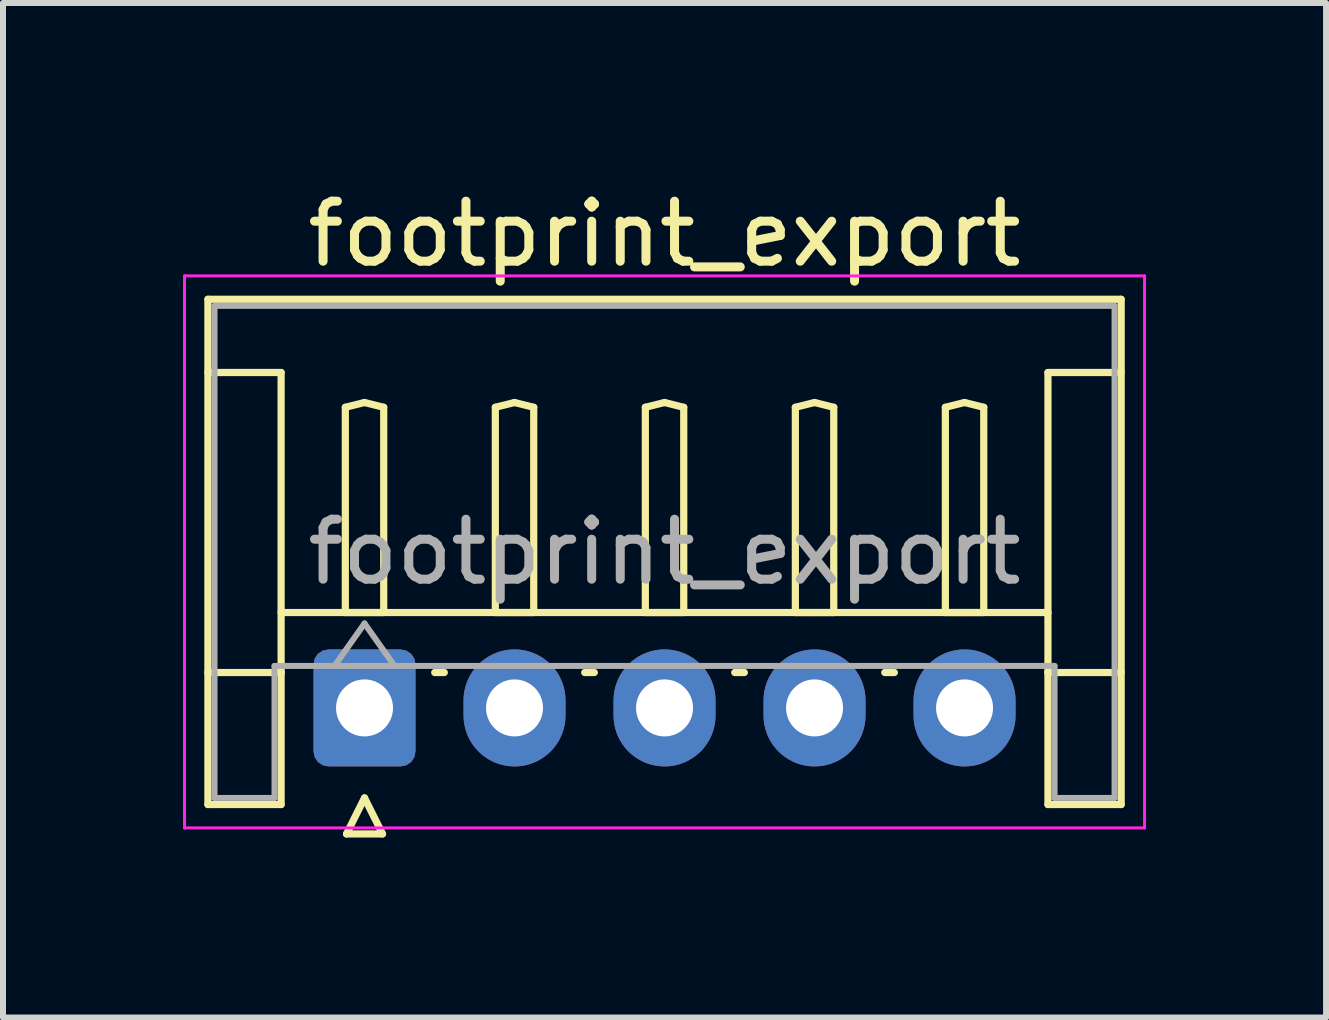
<source format=kicad_pcb>
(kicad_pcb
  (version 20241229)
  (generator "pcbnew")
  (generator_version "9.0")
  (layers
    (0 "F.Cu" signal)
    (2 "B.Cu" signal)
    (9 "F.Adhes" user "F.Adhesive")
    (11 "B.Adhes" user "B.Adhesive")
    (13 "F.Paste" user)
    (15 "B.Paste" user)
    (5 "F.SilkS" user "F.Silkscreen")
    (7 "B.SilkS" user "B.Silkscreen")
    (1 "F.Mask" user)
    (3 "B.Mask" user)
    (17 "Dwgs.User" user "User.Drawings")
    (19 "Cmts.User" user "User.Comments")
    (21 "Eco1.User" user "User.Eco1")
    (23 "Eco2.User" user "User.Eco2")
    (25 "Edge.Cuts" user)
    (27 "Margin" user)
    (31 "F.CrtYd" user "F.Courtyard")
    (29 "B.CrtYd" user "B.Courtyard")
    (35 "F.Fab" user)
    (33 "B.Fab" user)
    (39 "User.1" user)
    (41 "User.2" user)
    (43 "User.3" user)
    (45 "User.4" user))
  (footprint "footprint_export"
    (layer "F.Cu")
    (at 3.025 8.748)
    (property "Reference" "footprint_export" (at 5 -7.9 0) (layer "F.SilkS") (effects (font (size 1 1) (thickness 0.15))))
    (attr through_hole)
    (fp_line (start -2.61 -6.81) (end 12.61 -6.81) (stroke (width 0.12) (type solid)) (layer "F.SilkS"))
    (fp_line (start -2.61 -5.59) (end -1.39 -5.59) (stroke (width 0.12) (type solid)) (layer "F.SilkS"))
    (fp_line (start -2.61 1.61) (end -2.61 -6.81) (stroke (width 0.12) (type solid)) (layer "F.SilkS"))
    (fp_line (start -1.39 -5.59) (end -1.39 -0.59) (stroke (width 0.12) (type solid)) (layer "F.SilkS"))
    (fp_line (start -1.39 -1.59) (end 11.39 -1.59) (stroke (width 0.12) (type solid)) (layer "F.SilkS"))
    (fp_line (start -1.39 -0.59) (end -2.61 -0.59) (stroke (width 0.12) (type solid)) (layer "F.SilkS"))
    (fp_line (start -1.39 -0.59) (end -1.39 1.61) (stroke (width 0.12) (type solid)) (layer "F.SilkS"))
    (fp_line (start -1.39 1.61) (end -2.61 1.61) (stroke (width 0.12) (type solid)) (layer "F.SilkS"))
    (fp_line (start -0.32 -5.01) (end 0 -5.09) (stroke (width 0.12) (type solid)) (layer "F.SilkS"))
    (fp_line (start -0.32 -1.59) (end -0.32 -5.01) (stroke (width 0.12) (type solid)) (layer "F.SilkS"))
    (fp_line (start -0.3 2.1) (end 0.3 2.1) (stroke (width 0.12) (type solid)) (layer "F.SilkS"))
    (fp_line (start 0 -5.09) (end 0.32 -5.01) (stroke (width 0.12) (type solid)) (layer "F.SilkS"))
    (fp_line (start 0 -1.59) (end -0.32 -1.59) (stroke (width 0.12) (type solid)) (layer "F.SilkS"))
    (fp_line (start 0 1.5) (end -0.3 2.1) (stroke (width 0.12) (type solid)) (layer "F.SilkS"))
    (fp_line (start 0.3 2.1) (end 0 1.5) (stroke (width 0.12) (type solid)) (layer "F.SilkS"))
    (fp_line (start 0.32 -5.01) (end 0.32 -1.59) (stroke (width 0.12) (type solid)) (layer "F.SilkS"))
    (fp_line (start 0.32 -1.59) (end 0 -1.59) (stroke (width 0.12) (type solid)) (layer "F.SilkS"))
    (fp_line (start 1.17 -0.59) (end 1.33 -0.59) (stroke (width 0.12) (type solid)) (layer "F.SilkS"))
    (fp_line (start 2.18 -5.01) (end 2.5 -5.09) (stroke (width 0.12) (type solid)) (layer "F.SilkS"))
    (fp_line (start 2.18 -1.59) (end 2.18 -5.01) (stroke (width 0.12) (type solid)) (layer "F.SilkS"))
    (fp_line (start 2.5 -5.09) (end 2.82 -5.01) (stroke (width 0.12) (type solid)) (layer "F.SilkS"))
    (fp_line (start 2.5 -1.59) (end 2.18 -1.59) (stroke (width 0.12) (type solid)) (layer "F.SilkS"))
    (fp_line (start 2.82 -5.01) (end 2.82 -1.59) (stroke (width 0.12) (type solid)) (layer "F.SilkS"))
    (fp_line (start 2.82 -1.59) (end 2.5 -1.59) (stroke (width 0.12) (type solid)) (layer "F.SilkS"))
    (fp_line (start 3.67 -0.59) (end 3.83 -0.59) (stroke (width 0.12) (type solid)) (layer "F.SilkS"))
    (fp_line (start 4.68 -5.01) (end 5 -5.09) (stroke (width 0.12) (type solid)) (layer "F.SilkS"))
    (fp_line (start 4.68 -1.59) (end 4.68 -5.01) (stroke (width 0.12) (type solid)) (layer "F.SilkS"))
    (fp_line (start 5 -5.09) (end 5.32 -5.01) (stroke (width 0.12) (type solid)) (layer "F.SilkS"))
    (fp_line (start 5 -1.59) (end 4.68 -1.59) (stroke (width 0.12) (type solid)) (layer "F.SilkS"))
    (fp_line (start 5.32 -5.01) (end 5.32 -1.59) (stroke (width 0.12) (type solid)) (layer "F.SilkS"))
    (fp_line (start 5.32 -1.59) (end 5 -1.59) (stroke (width 0.12) (type solid)) (layer "F.SilkS"))
    (fp_line (start 6.17 -0.59) (end 6.33 -0.59) (stroke (width 0.12) (type solid)) (layer "F.SilkS"))
    (fp_line (start 7.18 -5.01) (end 7.5 -5.09) (stroke (width 0.12) (type solid)) (layer "F.SilkS"))
    (fp_line (start 7.18 -1.59) (end 7.18 -5.01) (stroke (width 0.12) (type solid)) (layer "F.SilkS"))
    (fp_line (start 7.5 -5.09) (end 7.82 -5.01) (stroke (width 0.12) (type solid)) (layer "F.SilkS"))
    (fp_line (start 7.5 -1.59) (end 7.18 -1.59) (stroke (width 0.12) (type solid)) (layer "F.SilkS"))
    (fp_line (start 7.82 -5.01) (end 7.82 -1.59) (stroke (width 0.12) (type solid)) (layer "F.SilkS"))
    (fp_line (start 7.82 -1.59) (end 7.5 -1.59) (stroke (width 0.12) (type solid)) (layer "F.SilkS"))
    (fp_line (start 8.67 -0.59) (end 8.83 -0.59) (stroke (width 0.12) (type solid)) (layer "F.SilkS"))
    (fp_line (start 9.68 -5.01) (end 10 -5.09) (stroke (width 0.12) (type solid)) (layer "F.SilkS"))
    (fp_line (start 9.68 -1.59) (end 9.68 -5.01) (stroke (width 0.12) (type solid)) (layer "F.SilkS"))
    (fp_line (start 10 -5.09) (end 10.32 -5.01) (stroke (width 0.12) (type solid)) (layer "F.SilkS"))
    (fp_line (start 10 -1.59) (end 9.68 -1.59) (stroke (width 0.12) (type solid)) (layer "F.SilkS"))
    (fp_line (start 10.32 -5.01) (end 10.32 -1.59) (stroke (width 0.12) (type solid)) (layer "F.SilkS"))
    (fp_line (start 10.32 -1.59) (end 10 -1.59) (stroke (width 0.12) (type solid)) (layer "F.SilkS"))
    (fp_line (start 11.39 -5.59) (end 11.39 -0.59) (stroke (width 0.12) (type solid)) (layer "F.SilkS"))
    (fp_line (start 11.39 -0.59) (end 12.61 -0.59) (stroke (width 0.12) (type solid)) (layer "F.SilkS"))
    (fp_line (start 11.39 1.61) (end 11.39 -0.59) (stroke (width 0.12) (type solid)) (layer "F.SilkS"))
    (fp_line (start 12.61 -6.81) (end 12.61 1.61) (stroke (width 0.12) (type solid)) (layer "F.SilkS"))
    (fp_line (start 12.61 -5.59) (end 11.39 -5.59) (stroke (width 0.12) (type solid)) (layer "F.SilkS"))
    (fp_line (start 12.61 1.61) (end 11.39 1.61) (stroke (width 0.12) (type solid)) (layer "F.SilkS"))
    (fp_line (start -3 -7.2) (end -3 2) (stroke (width 0.05) (type solid)) (layer "F.CrtYd"))
    (fp_line (start -3 2) (end 13 2) (stroke (width 0.05) (type solid)) (layer "F.CrtYd"))
    (fp_line (start 13 -7.2) (end -3 -7.2) (stroke (width 0.05) (type solid)) (layer "F.CrtYd"))
    (fp_line (start 13 2) (end 13 -7.2) (stroke (width 0.05) (type solid)) (layer "F.CrtYd"))
    (fp_line (start -2.5 -6.7) (end 12.5 -6.7) (stroke (width 0.1) (type solid)) (layer "F.Fab"))
    (fp_line (start -2.5 1.5) (end -2.5 -6.7) (stroke (width 0.1) (type solid)) (layer "F.Fab"))
    (fp_line (start -1.5 -0.7) (end -1.5 1.5) (stroke (width 0.1) (type solid)) (layer "F.Fab"))
    (fp_line (start -1.5 1.5) (end -2.5 1.5) (stroke (width 0.1) (type solid)) (layer "F.Fab"))
    (fp_line (start -0.5 -0.7) (end 0 -1.407) (stroke (width 0.1) (type solid)) (layer "F.Fab"))
    (fp_line (start 0 -1.407) (end 0.5 -0.7) (stroke (width 0.1) (type solid)) (layer "F.Fab"))
    (fp_line (start 11.5 -0.7) (end -1.5 -0.7) (stroke (width 0.1) (type solid)) (layer "F.Fab"))
    (fp_line (start 11.5 1.5) (end 11.5 -0.7) (stroke (width 0.1) (type solid)) (layer "F.Fab"))
    (fp_line (start 12.5 -6.7) (end 12.5 1.5) (stroke (width 0.1) (type solid)) (layer "F.Fab"))
    (fp_line (start 12.5 1.5) (end 11.5 1.5) (stroke (width 0.1) (type solid)) (layer "F.Fab"))
    (fp_text user "${REFERENCE}" (at 5 -2.6 0) (layer "F.Fab") (effects (font (size 1 1) (thickness 0.15))))
    (pad "1" thru_hole roundrect (at 0 0) (size 1.7 1.95) (drill 0.95) (layers "*.Cu" "*.Mask") (roundrect_rratio 0.147))
    (pad "2" thru_hole oval (at 2.5 0) (size 1.7 1.95) (drill 0.95) (layers "*.Cu" "*.Mask"))
    (pad "3" thru_hole oval (at 5 0) (size 1.7 1.95) (drill 0.95) (layers "*.Cu" "*.Mask"))
    (pad "4" thru_hole oval (at 7.5 0) (size 1.7 1.95) (drill 0.95) (layers "*.Cu" "*.Mask"))
    (pad "5" thru_hole oval (at 10 0) (size 1.7 1.95) (drill 0.95) (layers "*.Cu" "*.Mask")))
  (gr_rect
    (start -3 -3)
    (end 19.05 13.908)
    (stroke (width 0.1) (type default))
    (fill no)
    (layer "Edge.Cuts")))
</source>
